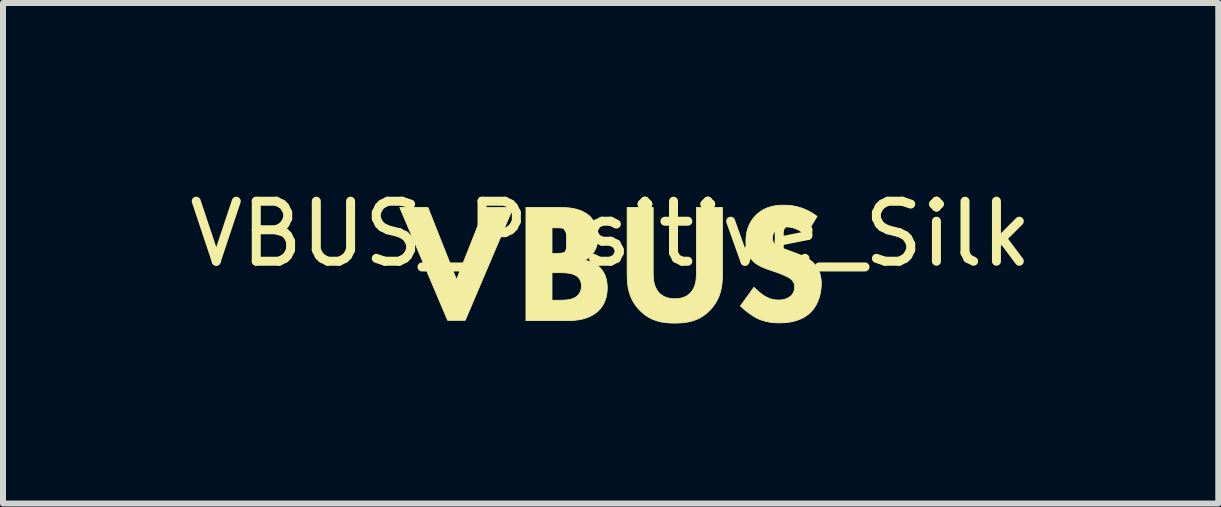
<source format=kicad_pcb>
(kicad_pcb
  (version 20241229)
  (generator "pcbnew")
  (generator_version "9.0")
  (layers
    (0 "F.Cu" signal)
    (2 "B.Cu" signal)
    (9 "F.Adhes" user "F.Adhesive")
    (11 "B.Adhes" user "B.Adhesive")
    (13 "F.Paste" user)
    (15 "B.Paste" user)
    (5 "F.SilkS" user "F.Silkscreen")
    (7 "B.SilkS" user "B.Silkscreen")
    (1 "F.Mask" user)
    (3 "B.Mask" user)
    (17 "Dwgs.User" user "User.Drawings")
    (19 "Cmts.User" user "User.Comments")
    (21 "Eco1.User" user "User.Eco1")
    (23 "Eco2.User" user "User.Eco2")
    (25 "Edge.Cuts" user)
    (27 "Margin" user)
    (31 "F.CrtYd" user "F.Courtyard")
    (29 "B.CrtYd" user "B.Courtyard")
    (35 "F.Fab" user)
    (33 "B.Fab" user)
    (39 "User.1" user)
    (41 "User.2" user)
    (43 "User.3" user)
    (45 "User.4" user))
  (footprint "VBUS_Positive_Silk"
    (layer "F.Cu")
    (at 7.125 1.348)
    (property "Reference" "VBUS_Positive_Silk" (at 0 -0.5 0) (unlocked yes) (layer "F.SilkS") (effects (font (size 1 1) (thickness 0.15))))
    (fp_poly (pts (xy -2.568 0.262) (xy -2.092 -0.941) (xy -1.623 -0.941) (xy -2.423 0.94) (xy -2.716 0.94) (xy -3.514 -0.941) (xy -3.044 -0.941)) (stroke (width 0.013) (type solid)) (fill yes) (layer "F.SilkS"))
    (fp_poly (pts (xy 0.709 0.164) (xy 0.71 0.196) (xy 0.711 0.214) (xy 0.712 0.233) (xy 0.714 0.253) (xy 0.716 0.274) (xy 0.72 0.294) (xy 0.724 0.316) (xy 0.73 0.337) (xy 0.736 0.359) (xy 0.744 0.38) (xy 0.754 0.401) (xy 0.765 0.422) (xy 0.777 0.442) (xy 0.784 0.452) (xy 0.792 0.462) (xy 0.8 0.472) (xy 0.808 0.481) (xy 0.823 0.496) (xy 0.838 0.509) (xy 0.854 0.52) (xy 0.87 0.531) (xy 0.887 0.54) (xy 0.903 0.548) (xy 0.92 0.555) (xy 0.937 0.561) (xy 0.954 0.566) (xy 0.971 0.57) (xy 0.988 0.573) (xy 1.005 0.576) (xy 1.022 0.578) (xy 1.038 0.579) (xy 1.054 0.58) (xy 1.069 0.58) (xy 1.085 0.58) (xy 1.101 0.579) (xy 1.117 0.578) (xy 1.134 0.576) (xy 1.151 0.573) (xy 1.168 0.57) (xy 1.185 0.566) (xy 1.202 0.561) (xy 1.219 0.555) (xy 1.236 0.548) (xy 1.253 0.54) (xy 1.27 0.531) (xy 1.285 0.52) (xy 1.301 0.509) (xy 1.316 0.496) (xy 1.323 0.488) (xy 1.33 0.481) (xy 1.338 0.472) (xy 1.346 0.463) (xy 1.354 0.453) (xy 1.361 0.444) (xy 1.373 0.424) (xy 1.384 0.403) (xy 1.394 0.382) (xy 1.402 0.361) (xy 1.408 0.34) (xy 1.414 0.318) (xy 1.418 0.297) (xy 1.422 0.276) (xy 1.424 0.255) (xy 1.426 0.235) (xy 1.428 0.198) (xy 1.429 0.164) (xy 1.429 -0.941) (xy 1.863 -0.941) (xy 1.863 0.174) (xy 1.863 0.174) (xy 1.862 0.243) (xy 1.86 0.279) (xy 1.857 0.316) (xy 1.852 0.353) (xy 1.846 0.391) (xy 1.839 0.429) (xy 1.829 0.467) (xy 1.817 0.505) (xy 1.803 0.544) (xy 1.786 0.582) (xy 1.766 0.621) (xy 1.743 0.659) (xy 1.717 0.696) (xy 1.688 0.734) (xy 1.655 0.77) (xy 1.621 0.804) (xy 1.586 0.833) (xy 1.551 0.86) (xy 1.515 0.883) (xy 1.479 0.903) (xy 1.442 0.921) (xy 1.406 0.935) (xy 1.369 0.948) (xy 1.331 0.958) (xy 1.294 0.967) (xy 1.256 0.973) (xy 1.219 0.978) (xy 1.181 0.982) (xy 1.144 0.984) (xy 1.106 0.985) (xy 1.069 0.985) (xy 1.032 0.985) (xy 0.995 0.984) (xy 0.957 0.982) (xy 0.92 0.978) (xy 0.882 0.973) (xy 0.844 0.967) (xy 0.807 0.958) (xy 0.77 0.948) (xy 0.733 0.935) (xy 0.696 0.921) (xy 0.659 0.903) (xy 0.623 0.883) (xy 0.587 0.86) (xy 0.552 0.833) (xy 0.518 0.804) (xy 0.483 0.77) (xy 0.45 0.734) (xy 0.421 0.697) (xy 0.395 0.66) (xy 0.372 0.622) (xy 0.352 0.584) (xy 0.335 0.545) (xy 0.321 0.507) (xy 0.309 0.468) (xy 0.3 0.43) (xy 0.292 0.392) (xy 0.286 0.354) (xy 0.282 0.316) (xy 0.279 0.28) (xy 0.277 0.244) (xy 0.275 0.174) (xy 0.275 -0.941) (xy 0.709 -0.941)) (stroke (width 0.013) (type solid)) (fill yes) (layer "F.SilkS"))
    (fp_poly (pts (xy -0.785 -0.94) (xy -0.732 -0.937) (xy -0.702 -0.935) (xy -0.671 -0.931) (xy -0.639 -0.926) (xy -0.606 -0.92) (xy -0.573 -0.912) (xy -0.539 -0.902) (xy -0.505 -0.891) (xy -0.472 -0.877) (xy -0.44 -0.86) (xy -0.424 -0.851) (xy -0.408 -0.842) (xy -0.393 -0.831) (xy -0.378 -0.82) (xy -0.363 -0.809) (xy -0.349 -0.796) (xy -0.338 -0.785) (xy -0.328 -0.774) (xy -0.318 -0.762) (xy -0.309 -0.751) (xy -0.292 -0.727) (xy -0.278 -0.703) (xy -0.265 -0.678) (xy -0.254 -0.654) (xy -0.245 -0.629) (xy -0.237 -0.605) (xy -0.231 -0.581) (xy -0.226 -0.557) (xy -0.222 -0.535) (xy -0.219 -0.513) (xy -0.217 -0.493) (xy -0.216 -0.474) (xy -0.215 -0.44) (xy -0.216 -0.411) (xy -0.216 -0.397) (xy -0.218 -0.382) (xy -0.219 -0.368) (xy -0.221 -0.353) (xy -0.224 -0.338) (xy -0.227 -0.322) (xy -0.231 -0.307) (xy -0.235 -0.292) (xy -0.24 -0.277) (xy -0.246 -0.261) (xy -0.253 -0.246) (xy -0.261 -0.23) (xy -0.269 -0.215) (xy -0.279 -0.2) (xy -0.288 -0.186) (xy -0.298 -0.172) (xy -0.308 -0.16) (xy -0.318 -0.148) (xy -0.328 -0.137) (xy -0.338 -0.127) (xy -0.349 -0.117) (xy -0.359 -0.109) (xy -0.37 -0.1) (xy -0.38 -0.093) (xy -0.39 -0.086) (xy -0.4 -0.08) (xy -0.41 -0.075) (xy -0.419 -0.07) (xy -0.428 -0.066) (xy -0.437 -0.062) (xy -0.42 -0.059) (xy -0.403 -0.055) (xy -0.385 -0.051) (xy -0.368 -0.046) (xy -0.35 -0.04) (xy -0.333 -0.034) (xy -0.316 -0.026) (xy -0.299 -0.019) (xy -0.282 -0.01) (xy -0.266 -0.001) (xy -0.25 0.008) (xy -0.234 0.019) (xy -0.219 0.029) (xy -0.204 0.041) (xy -0.19 0.052) (xy -0.176 0.065) (xy -0.164 0.077) (xy -0.153 0.091) (xy -0.142 0.105) (xy -0.131 0.121) (xy -0.12 0.137) (xy -0.11 0.155) (xy -0.101 0.174) (xy -0.092 0.194) (xy -0.085 0.215) (xy -0.077 0.238) (xy -0.071 0.261) (xy -0.066 0.287) (xy -0.062 0.313) (xy -0.059 0.34) (xy -0.057 0.369) (xy -0.056 0.4) (xy -0.057 0.435) (xy -0.06 0.468) (xy -0.064 0.499) (xy -0.069 0.529) (xy -0.076 0.558) (xy -0.084 0.585) (xy -0.093 0.61) (xy -0.103 0.634) (xy -0.113 0.657) (xy -0.125 0.678) (xy -0.137 0.698) (xy -0.15 0.717) (xy -0.163 0.735) (xy -0.177 0.751) (xy -0.191 0.766) (xy -0.204 0.781) (xy -0.219 0.794) (xy -0.234 0.807) (xy -0.25 0.819) (xy -0.266 0.83) (xy -0.298 0.851) (xy -0.331 0.869) (xy -0.365 0.884) (xy -0.399 0.897) (xy -0.434 0.908) (xy -0.468 0.918) (xy -0.501 0.925) (xy -0.534 0.931) (xy -0.566 0.935) (xy -0.597 0.939) (xy -0.653 0.942) (xy -0.702 0.943) (xy -1.411 0.943) (xy -1.411 0.605) (xy -0.977 0.605) (xy -0.871 0.605) (xy -0.829 0.604) (xy -0.786 0.603) (xy -0.764 0.602) (xy -0.742 0.6) (xy -0.72 0.598) (xy -0.699 0.595) (xy -0.678 0.591) (xy -0.657 0.586) (xy -0.637 0.579) (xy -0.618 0.572) (xy -0.599 0.563) (xy -0.582 0.553) (xy -0.573 0.547) (xy -0.565 0.541) (xy -0.558 0.534) (xy -0.55 0.527) (xy -0.543 0.52) (xy -0.536 0.513) (xy -0.53 0.505) (xy -0.524 0.497) (xy -0.518 0.488) (xy -0.513 0.479) (xy -0.508 0.469) (xy -0.504 0.459) (xy -0.5 0.449) (xy -0.497 0.439) (xy -0.494 0.428) (xy -0.491 0.416) (xy -0.489 0.405) (xy -0.488 0.393) (xy -0.487 0.381) (xy -0.487 0.368) (xy -0.487 0.354) (xy -0.488 0.34) (xy -0.49 0.327) (xy -0.492 0.315) (xy -0.495 0.304) (xy -0.498 0.293) (xy -0.502 0.282) (xy -0.506 0.272) (xy -0.511 0.263) (xy -0.515 0.255) (xy -0.52 0.247) (xy -0.525 0.24) (xy -0.531 0.233) (xy -0.536 0.227) (xy -0.541 0.221) (xy -0.547 0.216) (xy -0.554 0.21) (xy -0.562 0.204) (xy -0.57 0.198) (xy -0.579 0.193) (xy -0.597 0.184) (xy -0.615 0.176) (xy -0.635 0.169) (xy -0.656 0.163) (xy -0.677 0.158) (xy -0.698 0.155) (xy -0.719 0.152) (xy -0.741 0.15) (xy -0.762 0.148) (xy -0.782 0.147) (xy -0.822 0.146) (xy -0.857 0.146) (xy -0.977 0.146) (xy -0.977 0.605) (xy -1.411 0.605) (xy -1.411 -0.175) (xy -0.977 -0.175) (xy -0.906 -0.175) (xy -0.882 -0.176) (xy -0.855 -0.177) (xy -0.841 -0.178) (xy -0.827 -0.18) (xy -0.812 -0.182) (xy -0.797 -0.184) (xy -0.782 -0.187) (xy -0.767 -0.191) (xy -0.753 -0.195) (xy -0.739 -0.2) (xy -0.725 -0.206) (xy -0.712 -0.213) (xy -0.699 -0.22) (xy -0.688 -0.228) (xy -0.68 -0.234) (xy -0.673 -0.24) (xy -0.666 -0.247) (xy -0.659 -0.254) (xy -0.653 -0.263) (xy -0.646 -0.272) (xy -0.64 -0.281) (xy -0.634 -0.291) (xy -0.632 -0.296) (xy -0.629 -0.302) (xy -0.627 -0.307) (xy -0.624 -0.313) (xy -0.622 -0.319) (xy -0.62 -0.325) (xy -0.618 -0.331) (xy -0.617 -0.338) (xy -0.615 -0.344) (xy -0.614 -0.351) (xy -0.613 -0.358) (xy -0.612 -0.365) (xy -0.611 -0.372) (xy -0.611 -0.379) (xy -0.61 -0.386) (xy -0.61 -0.394) (xy -0.611 -0.409) (xy -0.612 -0.423) (xy -0.614 -0.437) (xy -0.617 -0.449) (xy -0.62 -0.462) (xy -0.624 -0.473) (xy -0.629 -0.484) (xy -0.634 -0.494) (xy -0.639 -0.504) (xy -0.645 -0.513) (xy -0.651 -0.521) (xy -0.658 -0.529) (xy -0.664 -0.536) (xy -0.671 -0.542) (xy -0.678 -0.548) (xy -0.684 -0.553) (xy -0.69 -0.557) (xy -0.696 -0.561) (xy -0.709 -0.569) (xy -0.722 -0.576) (xy -0.735 -0.581) (xy -0.749 -0.586) (xy -0.763 -0.59) (xy -0.777 -0.593) (xy -0.792 -0.596) (xy -0.806 -0.598) (xy -0.821 -0.599) (xy -0.836 -0.6) (xy -0.851 -0.601) (xy -0.881 -0.602) (xy -0.91 -0.602) (xy -0.977 -0.602) (xy -0.977 -0.175) (xy -1.411 -0.175) (xy -1.411 -0.941) (xy -0.829 -0.941)) (stroke (width 0.013) (type solid)) (fill yes) (layer "F.SilkS"))
    (fp_poly (pts (xy 2.935 -0.978) (xy 2.964 -0.976) (xy 2.994 -0.974) (xy 3.025 -0.97) (xy 3.058 -0.964) (xy 3.093 -0.957) (xy 3.128 -0.948) (xy 3.164 -0.937) (xy 3.202 -0.925) (xy 3.24 -0.909) (xy 3.279 -0.892) (xy 3.318 -0.871) (xy 3.358 -0.848) (xy 3.399 -0.822) (xy 3.44 -0.792) (xy 3.246 -0.475) (xy 3.246 -0.482) (xy 3.22 -0.504) (xy 3.194 -0.524) (xy 3.169 -0.542) (xy 3.145 -0.557) (xy 3.121 -0.569) (xy 3.098 -0.58) (xy 3.076 -0.589) (xy 3.055 -0.597) (xy 3.035 -0.603) (xy 3.016 -0.607) (xy 2.998 -0.611) (xy 2.982 -0.613) (xy 2.966 -0.615) (xy 2.952 -0.616) (xy 2.928 -0.616) (xy 2.905 -0.616) (xy 2.893 -0.615) (xy 2.881 -0.614) (xy 2.869 -0.613) (xy 2.857 -0.611) (xy 2.845 -0.609) (xy 2.833 -0.606) (xy 2.821 -0.602) (xy 2.809 -0.598) (xy 2.797 -0.592) (xy 2.786 -0.586) (xy 2.775 -0.579) (xy 2.764 -0.572) (xy 2.759 -0.567) (xy 2.754 -0.563) (xy 2.749 -0.558) (xy 2.745 -0.553) (xy 2.74 -0.547) (xy 2.735 -0.541) (xy 2.73 -0.535) (xy 2.725 -0.529) (xy 2.721 -0.522) (xy 2.717 -0.515) (xy 2.713 -0.508) (xy 2.709 -0.501) (xy 2.706 -0.493) (xy 2.704 -0.485) (xy 2.701 -0.477) (xy 2.699 -0.468) (xy 2.698 -0.46) (xy 2.696 -0.451) (xy 2.696 -0.442) (xy 2.695 -0.433) (xy 2.696 -0.424) (xy 2.696 -0.416) (xy 2.697 -0.408) (xy 2.698 -0.401) (xy 2.7 -0.393) (xy 2.701 -0.386) (xy 2.703 -0.38) (xy 2.706 -0.373) (xy 2.709 -0.367) (xy 2.712 -0.361) (xy 2.715 -0.355) (xy 2.719 -0.349) (xy 2.723 -0.343) (xy 2.728 -0.338) (xy 2.733 -0.332) (xy 2.738 -0.327) (xy 2.747 -0.319) (xy 2.756 -0.312) (xy 2.766 -0.305) (xy 2.776 -0.299) (xy 2.787 -0.293) (xy 2.799 -0.287) (xy 2.812 -0.281) (xy 2.825 -0.275) (xy 2.84 -0.269) (xy 2.856 -0.263) (xy 2.89 -0.251) (xy 2.974 -0.221) (xy 3.115 -0.168) (xy 3.147 -0.156) (xy 3.179 -0.142) (xy 3.213 -0.127) (xy 3.23 -0.119) (xy 3.247 -0.11) (xy 3.263 -0.101) (xy 3.28 -0.092) (xy 3.297 -0.082) (xy 3.313 -0.071) (xy 3.328 -0.06) (xy 3.344 -0.049) (xy 3.359 -0.036) (xy 3.373 -0.023) (xy 3.392 -0.003) (xy 3.41 0.017) (xy 3.426 0.039) (xy 3.44 0.06) (xy 3.453 0.082) (xy 3.464 0.105) (xy 3.474 0.127) (xy 3.483 0.15) (xy 3.49 0.173) (xy 3.496 0.195) (xy 3.5 0.218) (xy 3.504 0.24) (xy 3.507 0.262) (xy 3.509 0.284) (xy 3.51 0.305) (xy 3.51 0.326) (xy 3.51 0.362) (xy 3.507 0.397) (xy 3.503 0.432) (xy 3.498 0.466) (xy 3.492 0.499) (xy 3.484 0.531) (xy 3.475 0.563) (xy 3.464 0.593) (xy 3.453 0.622) (xy 3.44 0.65) (xy 3.427 0.677) (xy 3.412 0.703) (xy 3.396 0.727) (xy 3.38 0.75) (xy 3.363 0.772) (xy 3.344 0.791) (xy 3.329 0.808) (xy 3.313 0.823) (xy 3.296 0.837) (xy 3.279 0.85) (xy 3.262 0.863) (xy 3.244 0.875) (xy 3.209 0.896) (xy 3.172 0.914) (xy 3.136 0.929) (xy 3.099 0.942) (xy 3.062 0.953) (xy 3.026 0.961) (xy 2.991 0.968) (xy 2.957 0.973) (xy 2.924 0.977) (xy 2.893 0.98) (xy 2.863 0.981) (xy 2.812 0.982) (xy 2.787 0.982) (xy 2.762 0.981) (xy 2.738 0.98) (xy 2.714 0.978) (xy 2.69 0.975) (xy 2.666 0.972) (xy 2.643 0.969) (xy 2.62 0.964) (xy 2.596 0.959) (xy 2.574 0.954) (xy 2.551 0.947) (xy 2.528 0.94) (xy 2.505 0.932) (xy 2.483 0.924) (xy 2.46 0.915) (xy 2.438 0.904) (xy 2.42 0.895) (xy 2.402 0.884) (xy 2.383 0.873) (xy 2.365 0.861) (xy 2.346 0.849) (xy 2.328 0.837) (xy 2.291 0.81) (xy 2.256 0.782) (xy 2.222 0.755) (xy 2.191 0.727) (xy 2.163 0.7) (xy 2.388 0.389) (xy 2.408 0.408) (xy 2.429 0.428) (xy 2.452 0.448) (xy 2.475 0.468) (xy 2.499 0.487) (xy 2.522 0.505) (xy 2.533 0.513) (xy 2.544 0.521) (xy 2.555 0.528) (xy 2.565 0.534) (xy 2.579 0.542) (xy 2.593 0.55) (xy 2.607 0.557) (xy 2.621 0.564) (xy 2.635 0.57) (xy 2.649 0.575) (xy 2.663 0.58) (xy 2.678 0.585) (xy 2.692 0.589) (xy 2.707 0.592) (xy 2.722 0.595) (xy 2.737 0.597) (xy 2.753 0.599) (xy 2.769 0.6) (xy 2.785 0.601) (xy 2.801 0.601) (xy 2.812 0.601) (xy 2.823 0.6) (xy 2.835 0.6) (xy 2.847 0.598) (xy 2.859 0.597) (xy 2.872 0.595) (xy 2.885 0.592) (xy 2.897 0.589) (xy 2.91 0.585) (xy 2.923 0.581) (xy 2.936 0.576) (xy 2.949 0.57) (xy 2.962 0.563) (xy 2.974 0.555) (xy 2.987 0.547) (xy 2.999 0.537) (xy 3.005 0.531) (xy 3.012 0.525) (xy 3.018 0.518) (xy 3.024 0.51) (xy 3.03 0.502) (xy 3.035 0.494) (xy 3.041 0.485) (xy 3.046 0.476) (xy 3.05 0.467) (xy 3.054 0.456) (xy 3.057 0.446) (xy 3.059 0.44) (xy 3.06 0.435) (xy 3.062 0.429) (xy 3.063 0.423) (xy 3.064 0.417) (xy 3.064 0.411) (xy 3.065 0.405) (xy 3.065 0.399) (xy 3.066 0.392) (xy 3.066 0.386) (xy 3.066 0.374) (xy 3.065 0.363) (xy 3.063 0.353) (xy 3.061 0.343) (xy 3.059 0.333) (xy 3.056 0.324) (xy 3.053 0.315) (xy 3.049 0.307) (xy 3.044 0.299) (xy 3.039 0.291) (xy 3.034 0.284) (xy 3.029 0.277) (xy 3.023 0.27) (xy 3.016 0.264) (xy 3.009 0.258) (xy 3.002 0.252) (xy 2.992 0.244) (xy 2.981 0.236) (xy 2.968 0.228) (xy 2.955 0.22) (xy 2.94 0.213) (xy 2.925 0.205) (xy 2.894 0.191) (xy 2.863 0.178) (xy 2.833 0.165) (xy 2.784 0.146) (xy 2.628 0.093) (xy 2.595 0.081) (xy 2.56 0.067) (xy 2.526 0.053) (xy 2.508 0.045) (xy 2.491 0.036) (xy 2.474 0.027) (xy 2.458 0.017) (xy 2.441 0.007) (xy 2.425 -0.004) (xy 2.41 -0.015) (xy 2.395 -0.028) (xy 2.381 -0.041) (xy 2.367 -0.055) (xy 2.35 -0.075) (xy 2.334 -0.096) (xy 2.32 -0.117) (xy 2.308 -0.138) (xy 2.297 -0.16) (xy 2.288 -0.181) (xy 2.28 -0.203) (xy 2.274 -0.225) (xy 2.268 -0.246) (xy 2.264 -0.267) (xy 2.261 -0.288) (xy 2.258 -0.308) (xy 2.256 -0.328) (xy 2.255 -0.347) (xy 2.254 -0.383) (xy 2.255 -0.414) (xy 2.257 -0.444) (xy 2.26 -0.474) (xy 2.264 -0.503) (xy 2.269 -0.531) (xy 2.276 -0.559) (xy 2.284 -0.587) (xy 2.293 -0.613) (xy 2.304 -0.64) (xy 2.316 -0.665) (xy 2.329 -0.69) (xy 2.344 -0.715) (xy 2.36 -0.739) (xy 2.377 -0.762) (xy 2.396 -0.784) (xy 2.417 -0.807) (xy 2.442 -0.831) (xy 2.468 -0.853) (xy 2.494 -0.872) (xy 2.521 -0.89) (xy 2.549 -0.906) (xy 2.576 -0.92) (xy 2.605 -0.933) (xy 2.634 -0.943) (xy 2.663 -0.952) (xy 2.693 -0.96) (xy 2.723 -0.966) (xy 2.754 -0.971) (xy 2.785 -0.975) (xy 2.817 -0.978) (xy 2.85 -0.979) (xy 2.882 -0.979)) (stroke (width 0.013) (type solid)) (fill yes) (layer "F.SilkS")))
  (gr_rect
    (start -3 -3)
    (end 17.25 5.34)
    (stroke (width 0.1) (type default))
    (fill no)
    (layer "Edge.Cuts")))
</source>
